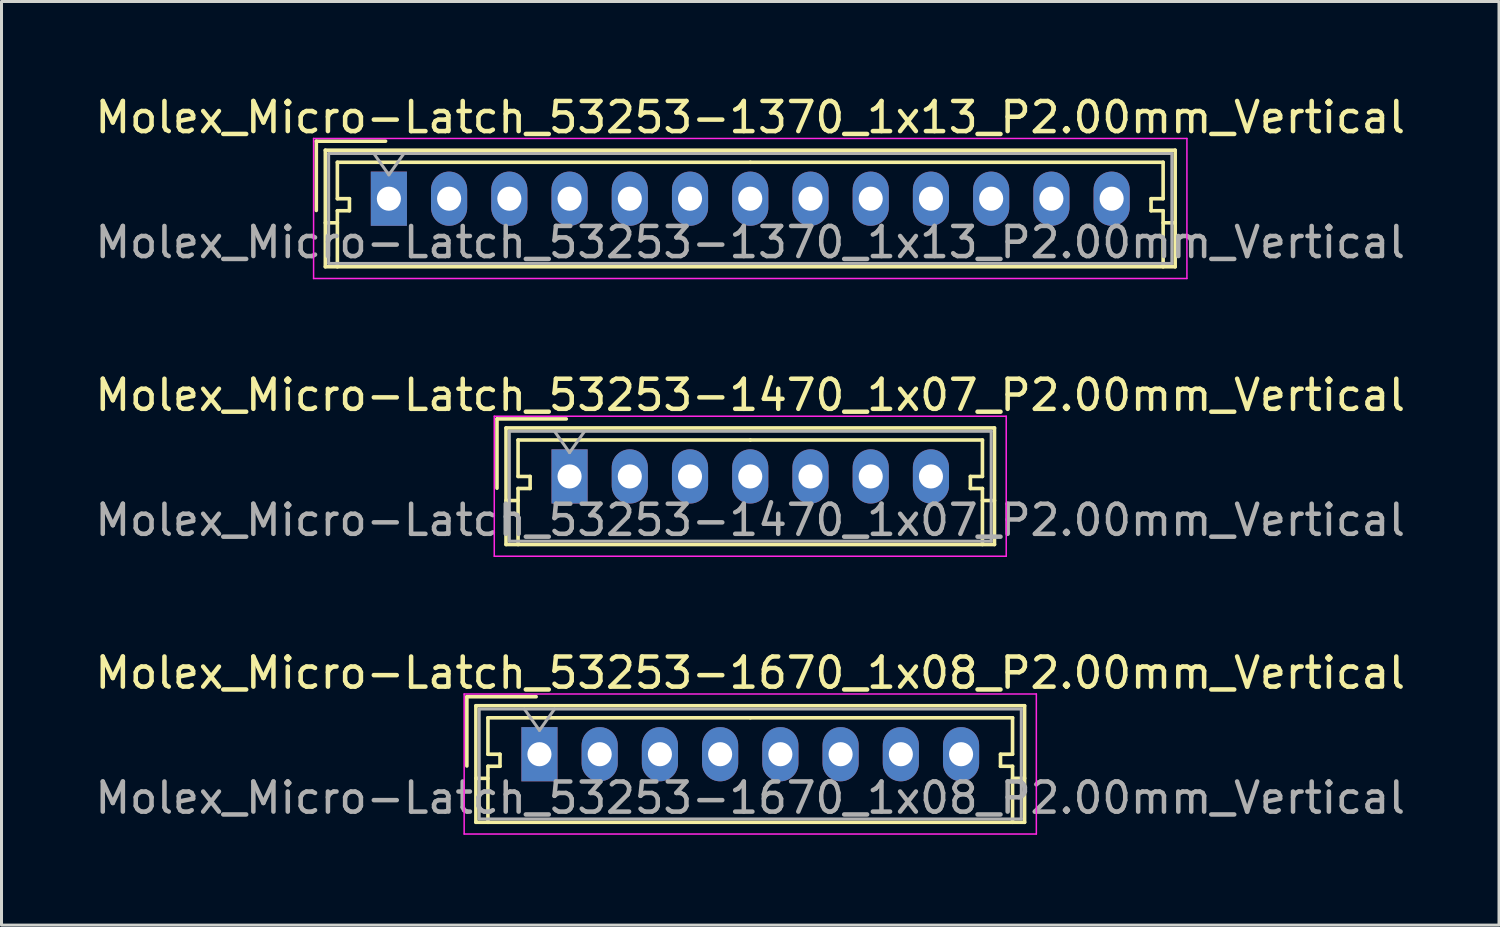
<source format=kicad_pcb>
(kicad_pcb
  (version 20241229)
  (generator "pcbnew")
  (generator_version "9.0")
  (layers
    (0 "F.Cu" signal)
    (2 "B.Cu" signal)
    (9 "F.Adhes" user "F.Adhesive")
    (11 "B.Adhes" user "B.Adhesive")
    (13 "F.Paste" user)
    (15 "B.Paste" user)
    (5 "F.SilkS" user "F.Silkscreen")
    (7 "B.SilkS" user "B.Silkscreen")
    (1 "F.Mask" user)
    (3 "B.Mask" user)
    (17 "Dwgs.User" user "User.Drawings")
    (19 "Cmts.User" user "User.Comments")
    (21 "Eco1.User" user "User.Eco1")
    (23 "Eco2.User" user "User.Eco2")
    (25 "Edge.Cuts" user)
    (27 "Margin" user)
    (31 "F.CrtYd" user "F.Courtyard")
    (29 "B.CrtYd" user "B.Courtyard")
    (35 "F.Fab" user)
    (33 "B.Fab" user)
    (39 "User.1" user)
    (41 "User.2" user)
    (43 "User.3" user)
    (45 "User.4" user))
  (footprint "Molex_Micro-Latch_53253-1370_1x13_P2.00mm_Vertical"
    (layer "F.Cu")
    (at 9.863 3.548)
    (property "Reference" "Molex_Micro-Latch_53253-1370_1x13_P2.00mm_Vertical" (at 12 -2.7 0) (layer "F.SilkS") (effects (font (size 1 1) (thickness 0.15))))
    (attr through_hole)
    (fp_line (start -2.41 -1.91) (end -2.41 0.39) (stroke (width 0.12) (type solid)) (layer "F.SilkS"))
    (fp_line (start -2.11 -1.61) (end -2.11 2.26) (stroke (width 0.12) (type solid)) (layer "F.SilkS"))
    (fp_line (start -2.11 0.8) (end -1.71 0.8) (stroke (width 0.12) (type solid)) (layer "F.SilkS"))
    (fp_line (start -2.11 2.26) (end 26.11 2.26) (stroke (width 0.12) (type solid)) (layer "F.SilkS"))
    (fp_line (start -1.71 -1.21) (end -1.71 0) (stroke (width 0.12) (type solid)) (layer "F.SilkS"))
    (fp_line (start -1.71 0) (end -1.31 0) (stroke (width 0.12) (type solid)) (layer "F.SilkS"))
    (fp_line (start -1.71 0.4) (end -1.71 2.26) (stroke (width 0.12) (type solid)) (layer "F.SilkS"))
    (fp_line (start -1.31 0) (end -1.31 0.4) (stroke (width 0.12) (type solid)) (layer "F.SilkS"))
    (fp_line (start -1.31 0.4) (end -1.71 0.4) (stroke (width 0.12) (type solid)) (layer "F.SilkS"))
    (fp_line (start -0.11 -1.91) (end -2.41 -1.91) (stroke (width 0.12) (type solid)) (layer "F.SilkS"))
    (fp_line (start 12 -1.21) (end -1.71 -1.21) (stroke (width 0.12) (type solid)) (layer "F.SilkS"))
    (fp_line (start 12 -1.21) (end 25.71 -1.21) (stroke (width 0.12) (type solid)) (layer "F.SilkS"))
    (fp_line (start 25.31 0) (end 25.31 0.4) (stroke (width 0.12) (type solid)) (layer "F.SilkS"))
    (fp_line (start 25.31 0.4) (end 25.71 0.4) (stroke (width 0.12) (type solid)) (layer "F.SilkS"))
    (fp_line (start 25.71 -1.21) (end 25.71 0) (stroke (width 0.12) (type solid)) (layer "F.SilkS"))
    (fp_line (start 25.71 0) (end 25.31 0) (stroke (width 0.12) (type solid)) (layer "F.SilkS"))
    (fp_line (start 25.71 0.4) (end 25.71 2.26) (stroke (width 0.12) (type solid)) (layer "F.SilkS"))
    (fp_line (start 26.11 -1.61) (end -2.11 -1.61) (stroke (width 0.12) (type solid)) (layer "F.SilkS"))
    (fp_line (start 26.11 0.8) (end 25.71 0.8) (stroke (width 0.12) (type solid)) (layer "F.SilkS"))
    (fp_line (start 26.11 2.26) (end 26.11 -1.61) (stroke (width 0.12) (type solid)) (layer "F.SilkS"))
    (fp_line (start -2.5 -2) (end -2.5 2.65) (stroke (width 0.05) (type solid)) (layer "F.CrtYd"))
    (fp_line (start -2.5 2.65) (end 26.5 2.65) (stroke (width 0.05) (type solid)) (layer "F.CrtYd"))
    (fp_line (start 26.5 -2) (end -2.5 -2) (stroke (width 0.05) (type solid)) (layer "F.CrtYd"))
    (fp_line (start 26.5 2.65) (end 26.5 -2) (stroke (width 0.05) (type solid)) (layer "F.CrtYd"))
    (fp_line (start -2 -1.5) (end -2 2.15) (stroke (width 0.1) (type solid)) (layer "F.Fab"))
    (fp_line (start -2 2.15) (end 26 2.15) (stroke (width 0.1) (type solid)) (layer "F.Fab"))
    (fp_line (start -0.5 -1.5) (end 0 -0.793) (stroke (width 0.1) (type solid)) (layer "F.Fab"))
    (fp_line (start 0 -0.793) (end 0.5 -1.5) (stroke (width 0.1) (type solid)) (layer "F.Fab"))
    (fp_line (start 26 -1.5) (end -2 -1.5) (stroke (width 0.1) (type solid)) (layer "F.Fab"))
    (fp_line (start 26 2.15) (end 26 -1.5) (stroke (width 0.1) (type solid)) (layer "F.Fab"))
    (fp_text user "${REFERENCE}" (at 12 1.45 0) (layer "F.Fab") (effects (font (size 1 1) (thickness 0.15))))
    (pad "1" thru_hole rect (at 0 0) (size 1.2 1.8) (drill 0.8) (layers "*.Cu" "*.Mask"))
    (pad "2" thru_hole oval (at 2 0) (size 1.2 1.8) (drill 0.8) (layers "*.Cu" "*.Mask"))
    (pad "3" thru_hole oval (at 4 0) (size 1.2 1.8) (drill 0.8) (layers "*.Cu" "*.Mask"))
    (pad "4" thru_hole oval (at 6 0) (size 1.2 1.8) (drill 0.8) (layers "*.Cu" "*.Mask"))
    (pad "5" thru_hole oval (at 8 0) (size 1.2 1.8) (drill 0.8) (layers "*.Cu" "*.Mask"))
    (pad "6" thru_hole oval (at 10 0) (size 1.2 1.8) (drill 0.8) (layers "*.Cu" "*.Mask"))
    (pad "7" thru_hole oval (at 12 0) (size 1.2 1.8) (drill 0.8) (layers "*.Cu" "*.Mask"))
    (pad "8" thru_hole oval (at 14 0) (size 1.2 1.8) (drill 0.8) (layers "*.Cu" "*.Mask"))
    (pad "9" thru_hole oval (at 16 0) (size 1.2 1.8) (drill 0.8) (layers "*.Cu" "*.Mask"))
    (pad "10" thru_hole oval (at 18 0) (size 1.2 1.8) (drill 0.8) (layers "*.Cu" "*.Mask"))
    (pad "11" thru_hole oval (at 20 0) (size 1.2 1.8) (drill 0.8) (layers "*.Cu" "*.Mask"))
    (pad "12" thru_hole oval (at 22 0) (size 1.2 1.8) (drill 0.8) (layers "*.Cu" "*.Mask"))
    (pad "13" thru_hole oval (at 24 0) (size 1.2 1.8) (drill 0.8) (layers "*.Cu" "*.Mask")))
  (footprint "Molex_Micro-Latch_53253-1470_1x07_P2.00mm_Vertical"
    (layer "F.Cu")
    (at 15.863 12.771)
    (property "Reference" "Molex_Micro-Latch_53253-1470_1x07_P2.00mm_Vertical" (at 6 -2.7 0) (layer "F.SilkS") (effects (font (size 1 1) (thickness 0.15))))
    (attr through_hole)
    (fp_line (start -2.41 -1.91) (end -2.41 0.39) (stroke (width 0.12) (type solid)) (layer "F.SilkS"))
    (fp_line (start -2.11 -1.61) (end -2.11 2.26) (stroke (width 0.12) (type solid)) (layer "F.SilkS"))
    (fp_line (start -2.11 0.8) (end -1.71 0.8) (stroke (width 0.12) (type solid)) (layer "F.SilkS"))
    (fp_line (start -2.11 2.26) (end 14.11 2.26) (stroke (width 0.12) (type solid)) (layer "F.SilkS"))
    (fp_line (start -1.71 -1.21) (end -1.71 0) (stroke (width 0.12) (type solid)) (layer "F.SilkS"))
    (fp_line (start -1.71 0) (end -1.31 0) (stroke (width 0.12) (type solid)) (layer "F.SilkS"))
    (fp_line (start -1.71 0.4) (end -1.71 2.26) (stroke (width 0.12) (type solid)) (layer "F.SilkS"))
    (fp_line (start -1.31 0) (end -1.31 0.4) (stroke (width 0.12) (type solid)) (layer "F.SilkS"))
    (fp_line (start -1.31 0.4) (end -1.71 0.4) (stroke (width 0.12) (type solid)) (layer "F.SilkS"))
    (fp_line (start -0.11 -1.91) (end -2.41 -1.91) (stroke (width 0.12) (type solid)) (layer "F.SilkS"))
    (fp_line (start 6 -1.21) (end -1.71 -1.21) (stroke (width 0.12) (type solid)) (layer "F.SilkS"))
    (fp_line (start 6 -1.21) (end 13.71 -1.21) (stroke (width 0.12) (type solid)) (layer "F.SilkS"))
    (fp_line (start 13.31 0) (end 13.31 0.4) (stroke (width 0.12) (type solid)) (layer "F.SilkS"))
    (fp_line (start 13.31 0.4) (end 13.71 0.4) (stroke (width 0.12) (type solid)) (layer "F.SilkS"))
    (fp_line (start 13.71 -1.21) (end 13.71 0) (stroke (width 0.12) (type solid)) (layer "F.SilkS"))
    (fp_line (start 13.71 0) (end 13.31 0) (stroke (width 0.12) (type solid)) (layer "F.SilkS"))
    (fp_line (start 13.71 0.4) (end 13.71 2.26) (stroke (width 0.12) (type solid)) (layer "F.SilkS"))
    (fp_line (start 14.11 -1.61) (end -2.11 -1.61) (stroke (width 0.12) (type solid)) (layer "F.SilkS"))
    (fp_line (start 14.11 0.8) (end 13.71 0.8) (stroke (width 0.12) (type solid)) (layer "F.SilkS"))
    (fp_line (start 14.11 2.26) (end 14.11 -1.61) (stroke (width 0.12) (type solid)) (layer "F.SilkS"))
    (fp_line (start -2.5 -2) (end -2.5 2.65) (stroke (width 0.05) (type solid)) (layer "F.CrtYd"))
    (fp_line (start -2.5 2.65) (end 14.5 2.65) (stroke (width 0.05) (type solid)) (layer "F.CrtYd"))
    (fp_line (start 14.5 -2) (end -2.5 -2) (stroke (width 0.05) (type solid)) (layer "F.CrtYd"))
    (fp_line (start 14.5 2.65) (end 14.5 -2) (stroke (width 0.05) (type solid)) (layer "F.CrtYd"))
    (fp_line (start -2 -1.5) (end -2 2.15) (stroke (width 0.1) (type solid)) (layer "F.Fab"))
    (fp_line (start -2 2.15) (end 14 2.15) (stroke (width 0.1) (type solid)) (layer "F.Fab"))
    (fp_line (start -0.5 -1.5) (end 0 -0.793) (stroke (width 0.1) (type solid)) (layer "F.Fab"))
    (fp_line (start 0 -0.793) (end 0.5 -1.5) (stroke (width 0.1) (type solid)) (layer "F.Fab"))
    (fp_line (start 14 -1.5) (end -2 -1.5) (stroke (width 0.1) (type solid)) (layer "F.Fab"))
    (fp_line (start 14 2.15) (end 14 -1.5) (stroke (width 0.1) (type solid)) (layer "F.Fab"))
    (fp_text user "${REFERENCE}" (at 6 1.45 0) (layer "F.Fab") (effects (font (size 1 1) (thickness 0.15))))
    (pad "1" thru_hole rect (at 0 0) (size 1.2 1.8) (drill 0.8) (layers "*.Cu" "*.Mask"))
    (pad "2" thru_hole oval (at 2 0) (size 1.2 1.8) (drill 0.8) (layers "*.Cu" "*.Mask"))
    (pad "3" thru_hole oval (at 4 0) (size 1.2 1.8) (drill 0.8) (layers "*.Cu" "*.Mask"))
    (pad "4" thru_hole oval (at 6 0) (size 1.2 1.8) (drill 0.8) (layers "*.Cu" "*.Mask"))
    (pad "5" thru_hole oval (at 8 0) (size 1.2 1.8) (drill 0.8) (layers "*.Cu" "*.Mask"))
    (pad "6" thru_hole oval (at 10 0) (size 1.2 1.8) (drill 0.8) (layers "*.Cu" "*.Mask"))
    (pad "7" thru_hole oval (at 12 0) (size 1.2 1.8) (drill 0.8) (layers "*.Cu" "*.Mask")))
  (footprint "Molex_Micro-Latch_53253-1670_1x08_P2.00mm_Vertical"
    (layer "F.Cu")
    (at 14.863 21.995)
    (property "Reference" "Molex_Micro-Latch_53253-1670_1x08_P2.00mm_Vertical" (at 7 -2.7 0) (layer "F.SilkS") (effects (font (size 1 1) (thickness 0.15))))
    (attr through_hole)
    (fp_line (start -2.41 -1.91) (end -2.41 0.39) (stroke (width 0.12) (type solid)) (layer "F.SilkS"))
    (fp_line (start -2.11 -1.61) (end -2.11 2.26) (stroke (width 0.12) (type solid)) (layer "F.SilkS"))
    (fp_line (start -2.11 0.8) (end -1.71 0.8) (stroke (width 0.12) (type solid)) (layer "F.SilkS"))
    (fp_line (start -2.11 2.26) (end 16.11 2.26) (stroke (width 0.12) (type solid)) (layer "F.SilkS"))
    (fp_line (start -1.71 -1.21) (end -1.71 0) (stroke (width 0.12) (type solid)) (layer "F.SilkS"))
    (fp_line (start -1.71 0) (end -1.31 0) (stroke (width 0.12) (type solid)) (layer "F.SilkS"))
    (fp_line (start -1.71 0.4) (end -1.71 2.26) (stroke (width 0.12) (type solid)) (layer "F.SilkS"))
    (fp_line (start -1.31 0) (end -1.31 0.4) (stroke (width 0.12) (type solid)) (layer "F.SilkS"))
    (fp_line (start -1.31 0.4) (end -1.71 0.4) (stroke (width 0.12) (type solid)) (layer "F.SilkS"))
    (fp_line (start -0.11 -1.91) (end -2.41 -1.91) (stroke (width 0.12) (type solid)) (layer "F.SilkS"))
    (fp_line (start 7 -1.21) (end -1.71 -1.21) (stroke (width 0.12) (type solid)) (layer "F.SilkS"))
    (fp_line (start 7 -1.21) (end 15.71 -1.21) (stroke (width 0.12) (type solid)) (layer "F.SilkS"))
    (fp_line (start 15.31 0) (end 15.31 0.4) (stroke (width 0.12) (type solid)) (layer "F.SilkS"))
    (fp_line (start 15.31 0.4) (end 15.71 0.4) (stroke (width 0.12) (type solid)) (layer "F.SilkS"))
    (fp_line (start 15.71 -1.21) (end 15.71 0) (stroke (width 0.12) (type solid)) (layer "F.SilkS"))
    (fp_line (start 15.71 0) (end 15.31 0) (stroke (width 0.12) (type solid)) (layer "F.SilkS"))
    (fp_line (start 15.71 0.4) (end 15.71 2.26) (stroke (width 0.12) (type solid)) (layer "F.SilkS"))
    (fp_line (start 16.11 -1.61) (end -2.11 -1.61) (stroke (width 0.12) (type solid)) (layer "F.SilkS"))
    (fp_line (start 16.11 0.8) (end 15.71 0.8) (stroke (width 0.12) (type solid)) (layer "F.SilkS"))
    (fp_line (start 16.11 2.26) (end 16.11 -1.61) (stroke (width 0.12) (type solid)) (layer "F.SilkS"))
    (fp_line (start -2.5 -2) (end -2.5 2.65) (stroke (width 0.05) (type solid)) (layer "F.CrtYd"))
    (fp_line (start -2.5 2.65) (end 16.5 2.65) (stroke (width 0.05) (type solid)) (layer "F.CrtYd"))
    (fp_line (start 16.5 -2) (end -2.5 -2) (stroke (width 0.05) (type solid)) (layer "F.CrtYd"))
    (fp_line (start 16.5 2.65) (end 16.5 -2) (stroke (width 0.05) (type solid)) (layer "F.CrtYd"))
    (fp_line (start -2 -1.5) (end -2 2.15) (stroke (width 0.1) (type solid)) (layer "F.Fab"))
    (fp_line (start -2 2.15) (end 16 2.15) (stroke (width 0.1) (type solid)) (layer "F.Fab"))
    (fp_line (start -0.5 -1.5) (end 0 -0.793) (stroke (width 0.1) (type solid)) (layer "F.Fab"))
    (fp_line (start 0 -0.793) (end 0.5 -1.5) (stroke (width 0.1) (type solid)) (layer "F.Fab"))
    (fp_line (start 16 -1.5) (end -2 -1.5) (stroke (width 0.1) (type solid)) (layer "F.Fab"))
    (fp_line (start 16 2.15) (end 16 -1.5) (stroke (width 0.1) (type solid)) (layer "F.Fab"))
    (fp_text user "${REFERENCE}" (at 7 1.45 0) (layer "F.Fab") (effects (font (size 1 1) (thickness 0.15))))
    (pad "1" thru_hole rect (at 0 0) (size 1.2 1.8) (drill 0.8) (layers "*.Cu" "*.Mask"))
    (pad "2" thru_hole oval (at 2 0) (size 1.2 1.8) (drill 0.8) (layers "*.Cu" "*.Mask"))
    (pad "3" thru_hole oval (at 4 0) (size 1.2 1.8) (drill 0.8) (layers "*.Cu" "*.Mask"))
    (pad "4" thru_hole oval (at 6 0) (size 1.2 1.8) (drill 0.8) (layers "*.Cu" "*.Mask"))
    (pad "5" thru_hole oval (at 8 0) (size 1.2 1.8) (drill 0.8) (layers "*.Cu" "*.Mask"))
    (pad "6" thru_hole oval (at 10 0) (size 1.2 1.8) (drill 0.8) (layers "*.Cu" "*.Mask"))
    (pad "7" thru_hole oval (at 12 0) (size 1.2 1.8) (drill 0.8) (layers "*.Cu" "*.Mask"))
    (pad "8" thru_hole oval (at 14 0) (size 1.2 1.8) (drill 0.8) (layers "*.Cu" "*.Mask")))
  (gr_rect
    (start -3 -3)
    (end 46.726 27.67)
    (stroke (width 0.1) (type default))
    (fill no)
    (layer "Edge.Cuts")))
</source>
